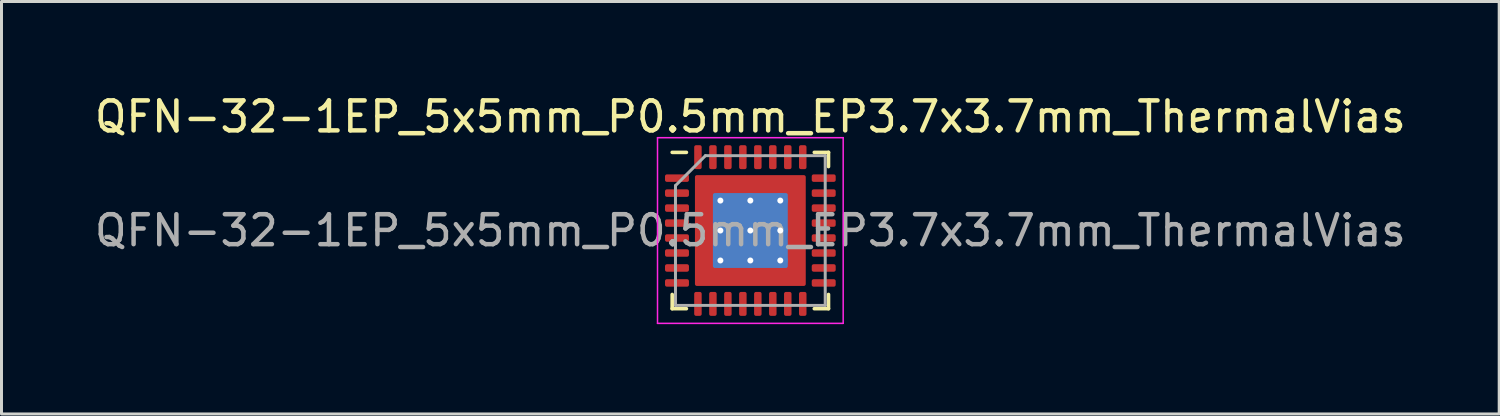
<source format=kicad_pcb>
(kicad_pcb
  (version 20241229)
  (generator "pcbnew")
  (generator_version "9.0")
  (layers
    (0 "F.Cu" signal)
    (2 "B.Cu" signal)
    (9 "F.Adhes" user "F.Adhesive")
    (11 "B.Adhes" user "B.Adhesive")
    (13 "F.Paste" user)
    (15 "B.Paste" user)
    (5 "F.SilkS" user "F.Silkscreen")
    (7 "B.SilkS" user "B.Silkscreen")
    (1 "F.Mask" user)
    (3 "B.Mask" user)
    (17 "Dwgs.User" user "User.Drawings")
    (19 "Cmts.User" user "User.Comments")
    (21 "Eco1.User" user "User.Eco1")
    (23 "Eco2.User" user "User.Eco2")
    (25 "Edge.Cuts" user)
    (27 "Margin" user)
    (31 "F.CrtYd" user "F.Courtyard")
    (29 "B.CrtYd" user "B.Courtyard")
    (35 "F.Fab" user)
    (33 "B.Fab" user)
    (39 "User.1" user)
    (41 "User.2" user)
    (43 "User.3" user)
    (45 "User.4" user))
  (footprint "QFN-32-1EP_5x5mm_P0.5mm_EP3.7x3.7mm_ThermalVias"
    (layer "F.Cu")
    (at 22.006 4.648)
    (property "Reference" "QFN-32-1EP_5x5mm_P0.5mm_EP3.7x3.7mm_ThermalVias" (at 0 -3.8 0) (layer "F.SilkS") (effects (font (size 1 1) (thickness 0.15))))
    (attr smd)
    (fp_line (start -2.61 2.61) (end -2.61 2.135) (stroke (width 0.12) (type solid)) (layer "F.SilkS"))
    (fp_line (start -2.135 -2.61) (end -2.61 -2.61) (stroke (width 0.12) (type solid)) (layer "F.SilkS"))
    (fp_line (start -2.135 2.61) (end -2.61 2.61) (stroke (width 0.12) (type solid)) (layer "F.SilkS"))
    (fp_line (start 2.135 -2.61) (end 2.61 -2.61) (stroke (width 0.12) (type solid)) (layer "F.SilkS"))
    (fp_line (start 2.135 2.61) (end 2.61 2.61) (stroke (width 0.12) (type solid)) (layer "F.SilkS"))
    (fp_line (start 2.61 -2.61) (end 2.61 -2.135) (stroke (width 0.12) (type solid)) (layer "F.SilkS"))
    (fp_line (start 2.61 2.61) (end 2.61 2.135) (stroke (width 0.12) (type solid)) (layer "F.SilkS"))
    (fp_line (start -3.1 -3.1) (end -3.1 3.1) (stroke (width 0.05) (type solid)) (layer "F.CrtYd"))
    (fp_line (start -3.1 3.1) (end 3.1 3.1) (stroke (width 0.05) (type solid)) (layer "F.CrtYd"))
    (fp_line (start 3.1 -3.1) (end -3.1 -3.1) (stroke (width 0.05) (type solid)) (layer "F.CrtYd"))
    (fp_line (start 3.1 3.1) (end 3.1 -3.1) (stroke (width 0.05) (type solid)) (layer "F.CrtYd"))
    (fp_line (start -2.5 -1.5) (end -1.5 -2.5) (stroke (width 0.1) (type solid)) (layer "F.Fab"))
    (fp_line (start -2.5 2.5) (end -2.5 -1.5) (stroke (width 0.1) (type solid)) (layer "F.Fab"))
    (fp_line (start -1.5 -2.5) (end 2.5 -2.5) (stroke (width 0.1) (type solid)) (layer "F.Fab"))
    (fp_line (start 2.5 -2.5) (end 2.5 2.5) (stroke (width 0.1) (type solid)) (layer "F.Fab"))
    (fp_line (start 2.5 2.5) (end -2.5 2.5) (stroke (width 0.1) (type solid)) (layer "F.Fab"))
    (fp_text user "${REFERENCE}" (at 0 0 0) (layer "F.Fab") (effects (font (size 1 1) (thickness 0.15))))
    (pad "" smd custom (at -1.425 -1.425) (size 0.602 0.602) (layers "F.Paste") (options (anchor circle)) (primitives (gr_poly (pts (xy -0.343 -0.343) (xy 0.343 -0.343) (xy 0.343 0.225) (xy 0.225 0.343) (xy -0.343 0.343)) (width 0) (fill yes))))
    (pad "" smd custom (at -1.425 -0.5) (size 0.612 0.612) (layers "F.Paste") (options (anchor circle)) (primitives (gr_poly (pts (xy -0.343 -0.403) (xy 0.239 -0.403) (xy 0.343 -0.3) (xy 0.343 0.3) (xy 0.239 0.403) (xy -0.343 0.403)) (width 0) (fill yes))))
    (pad "" smd custom (at -1.425 0.5) (size 0.612 0.612) (layers "F.Paste") (options (anchor circle)) (primitives (gr_poly (pts (xy -0.343 -0.403) (xy 0.239 -0.403) (xy 0.343 -0.3) (xy 0.343 0.3) (xy 0.239 0.403) (xy -0.343 0.403)) (width 0) (fill yes))))
    (pad "" smd custom (at -1.425 1.425) (size 0.602 0.602) (layers "F.Paste") (options (anchor circle)) (primitives (gr_poly (pts (xy -0.343 -0.343) (xy 0.225 -0.343) (xy 0.343 -0.225) (xy 0.343 0.343) (xy -0.343 0.343)) (width 0) (fill yes))))
    (pad "" smd custom (at -0.5 -1.425) (size 0.612 0.612) (layers "F.Paste") (options (anchor circle)) (primitives (gr_poly (pts (xy -0.403 -0.343) (xy 0.403 -0.343) (xy 0.403 0.239) (xy 0.3 0.343) (xy -0.3 0.343) (xy -0.403 0.239)) (width 0) (fill yes))))
    (pad "" smd custom (at -0.5 -0.5) (size 0.743 0.743) (layers "F.Paste") (options (anchor circle)) (primitives (gr_poly (pts (xy -0.403 -0.314) (xy -0.314 -0.403) (xy 0.314 -0.403) (xy 0.403 -0.314) (xy 0.403 0.314) (xy 0.314 0.403) (xy -0.314 0.403) (xy -0.403 0.314)) (width 0) (fill yes))))
    (pad "" smd custom (at -0.5 0.5) (size 0.743 0.743) (layers "F.Paste") (options (anchor circle)) (primitives (gr_poly (pts (xy -0.403 -0.314) (xy -0.314 -0.403) (xy 0.314 -0.403) (xy 0.403 -0.314) (xy 0.403 0.314) (xy 0.314 0.403) (xy -0.314 0.403) (xy -0.403 0.314)) (width 0) (fill yes))))
    (pad "" smd custom (at -0.5 1.425) (size 0.612 0.612) (layers "F.Paste") (options (anchor circle)) (primitives (gr_poly (pts (xy -0.403 -0.239) (xy -0.3 -0.343) (xy 0.3 -0.343) (xy 0.403 -0.239) (xy 0.403 0.343) (xy -0.403 0.343)) (width 0) (fill yes))))
    (pad "" smd custom (at 0.5 -1.425) (size 0.612 0.612) (layers "F.Paste") (options (anchor circle)) (primitives (gr_poly (pts (xy -0.403 -0.343) (xy 0.403 -0.343) (xy 0.403 0.239) (xy 0.3 0.343) (xy -0.3 0.343) (xy -0.403 0.239)) (width 0) (fill yes))))
    (pad "" smd custom (at 0.5 -0.5) (size 0.743 0.743) (layers "F.Paste") (options (anchor circle)) (primitives (gr_poly (pts (xy -0.403 -0.314) (xy -0.314 -0.403) (xy 0.314 -0.403) (xy 0.403 -0.314) (xy 0.403 0.314) (xy 0.314 0.403) (xy -0.314 0.403) (xy -0.403 0.314)) (width 0) (fill yes))))
    (pad "" smd custom (at 0.5 0.5) (size 0.743 0.743) (layers "F.Paste") (options (anchor circle)) (primitives (gr_poly (pts (xy -0.403 -0.314) (xy -0.314 -0.403) (xy 0.314 -0.403) (xy 0.403 -0.314) (xy 0.403 0.314) (xy 0.314 0.403) (xy -0.314 0.403) (xy -0.403 0.314)) (width 0) (fill yes))))
    (pad "" smd custom (at 0.5 1.425) (size 0.612 0.612) (layers "F.Paste") (options (anchor circle)) (primitives (gr_poly (pts (xy -0.403 -0.239) (xy -0.3 -0.343) (xy 0.3 -0.343) (xy 0.403 -0.239) (xy 0.403 0.343) (xy -0.403 0.343)) (width 0) (fill yes))))
    (pad "" smd custom (at 1.425 -1.425) (size 0.602 0.602) (layers "F.Paste") (options (anchor circle)) (primitives (gr_poly (pts (xy -0.343 -0.343) (xy 0.343 -0.343) (xy 0.343 0.343) (xy -0.225 0.343) (xy -0.343 0.225)) (width 0) (fill yes))))
    (pad "" smd custom (at 1.425 -0.5) (size 0.612 0.612) (layers "F.Paste") (options (anchor circle)) (primitives (gr_poly (pts (xy -0.343 -0.3) (xy -0.239 -0.403) (xy 0.343 -0.403) (xy 0.343 0.403) (xy -0.239 0.403) (xy -0.343 0.3)) (width 0) (fill yes))))
    (pad "" smd custom (at 1.425 0.5) (size 0.612 0.612) (layers "F.Paste") (options (anchor circle)) (primitives (gr_poly (pts (xy -0.343 -0.3) (xy -0.239 -0.403) (xy 0.343 -0.403) (xy 0.343 0.403) (xy -0.239 0.403) (xy -0.343 0.3)) (width 0) (fill yes))))
    (pad "" smd custom (at 1.425 1.425) (size 0.602 0.602) (layers "F.Paste") (options (anchor circle)) (primitives (gr_poly (pts (xy -0.343 -0.225) (xy -0.225 -0.343) (xy 0.343 -0.343) (xy 0.343 0.343) (xy -0.343 0.343)) (width 0) (fill yes))))
    (pad "1" smd roundrect (at -2.45 -1.75) (size 0.8 0.25) (layers "F.Cu" "F.Mask" "F.Paste") (roundrect_rratio 0.25))
    (pad "2" smd roundrect (at -2.45 -1.25) (size 0.8 0.25) (layers "F.Cu" "F.Mask" "F.Paste") (roundrect_rratio 0.25))
    (pad "3" smd roundrect (at -2.45 -0.75) (size 0.8 0.25) (layers "F.Cu" "F.Mask" "F.Paste") (roundrect_rratio 0.25))
    (pad "4" smd roundrect (at -2.45 -0.25) (size 0.8 0.25) (layers "F.Cu" "F.Mask" "F.Paste") (roundrect_rratio 0.25))
    (pad "5" smd roundrect (at -2.45 0.25) (size 0.8 0.25) (layers "F.Cu" "F.Mask" "F.Paste") (roundrect_rratio 0.25))
    (pad "6" smd roundrect (at -2.45 0.75) (size 0.8 0.25) (layers "F.Cu" "F.Mask" "F.Paste") (roundrect_rratio 0.25))
    (pad "7" smd roundrect (at -2.45 1.25) (size 0.8 0.25) (layers "F.Cu" "F.Mask" "F.Paste") (roundrect_rratio 0.25))
    (pad "8" smd roundrect (at -2.45 1.75) (size 0.8 0.25) (layers "F.Cu" "F.Mask" "F.Paste") (roundrect_rratio 0.25))
    (pad "9" smd roundrect (at -1.75 2.45) (size 0.25 0.8) (layers "F.Cu" "F.Mask" "F.Paste") (roundrect_rratio 0.25))
    (pad "10" smd roundrect (at -1.25 2.45) (size 0.25 0.8) (layers "F.Cu" "F.Mask" "F.Paste") (roundrect_rratio 0.25))
    (pad "11" smd roundrect (at -0.75 2.45) (size 0.25 0.8) (layers "F.Cu" "F.Mask" "F.Paste") (roundrect_rratio 0.25))
    (pad "12" smd roundrect (at -0.25 2.45) (size 0.25 0.8) (layers "F.Cu" "F.Mask" "F.Paste") (roundrect_rratio 0.25))
    (pad "13" smd roundrect (at 0.25 2.45) (size 0.25 0.8) (layers "F.Cu" "F.Mask" "F.Paste") (roundrect_rratio 0.25))
    (pad "14" smd roundrect (at 0.75 2.45) (size 0.25 0.8) (layers "F.Cu" "F.Mask" "F.Paste") (roundrect_rratio 0.25))
    (pad "15" smd roundrect (at 1.25 2.45) (size 0.25 0.8) (layers "F.Cu" "F.Mask" "F.Paste") (roundrect_rratio 0.25))
    (pad "16" smd roundrect (at 1.75 2.45) (size 0.25 0.8) (layers "F.Cu" "F.Mask" "F.Paste") (roundrect_rratio 0.25))
    (pad "17" smd roundrect (at 2.45 1.75) (size 0.8 0.25) (layers "F.Cu" "F.Mask" "F.Paste") (roundrect_rratio 0.25))
    (pad "18" smd roundrect (at 2.45 1.25) (size 0.8 0.25) (layers "F.Cu" "F.Mask" "F.Paste") (roundrect_rratio 0.25))
    (pad "19" smd roundrect (at 2.45 0.75) (size 0.8 0.25) (layers "F.Cu" "F.Mask" "F.Paste") (roundrect_rratio 0.25))
    (pad "20" smd roundrect (at 2.45 0.25) (size 0.8 0.25) (layers "F.Cu" "F.Mask" "F.Paste") (roundrect_rratio 0.25))
    (pad "21" smd roundrect (at 2.45 -0.25) (size 0.8 0.25) (layers "F.Cu" "F.Mask" "F.Paste") (roundrect_rratio 0.25))
    (pad "22" smd roundrect (at 2.45 -0.75) (size 0.8 0.25) (layers "F.Cu" "F.Mask" "F.Paste") (roundrect_rratio 0.25))
    (pad "23" smd roundrect (at 2.45 -1.25) (size 0.8 0.25) (layers "F.Cu" "F.Mask" "F.Paste") (roundrect_rratio 0.25))
    (pad "24" smd roundrect (at 2.45 -1.75) (size 0.8 0.25) (layers "F.Cu" "F.Mask" "F.Paste") (roundrect_rratio 0.25))
    (pad "25" smd roundrect (at 1.75 -2.45) (size 0.25 0.8) (layers "F.Cu" "F.Mask" "F.Paste") (roundrect_rratio 0.25))
    (pad "26" smd roundrect (at 1.25 -2.45) (size 0.25 0.8) (layers "F.Cu" "F.Mask" "F.Paste") (roundrect_rratio 0.25))
    (pad "27" smd roundrect (at 0.75 -2.45) (size 0.25 0.8) (layers "F.Cu" "F.Mask" "F.Paste") (roundrect_rratio 0.25))
    (pad "28" smd roundrect (at 0.25 -2.45) (size 0.25 0.8) (layers "F.Cu" "F.Mask" "F.Paste") (roundrect_rratio 0.25))
    (pad "29" smd roundrect (at -0.25 -2.45) (size 0.25 0.8) (layers "F.Cu" "F.Mask" "F.Paste") (roundrect_rratio 0.25))
    (pad "30" smd roundrect (at -0.75 -2.45) (size 0.25 0.8) (layers "F.Cu" "F.Mask" "F.Paste") (roundrect_rratio 0.25))
    (pad "31" smd roundrect (at -1.25 -2.45) (size 0.25 0.8) (layers "F.Cu" "F.Mask" "F.Paste") (roundrect_rratio 0.25))
    (pad "32" smd roundrect (at -1.75 -2.45) (size 0.25 0.8) (layers "F.Cu" "F.Mask" "F.Paste") (roundrect_rratio 0.25))
    (pad "33" thru_hole circle (at -1 -1) (size 0.5 0.5) (drill 0.2) (layers "*.Cu"))
    (pad "33" thru_hole circle (at -1 0) (size 0.5 0.5) (drill 0.2) (layers "*.Cu"))
    (pad "33" thru_hole circle (at -1 1) (size 0.5 0.5) (drill 0.2) (layers "*.Cu"))
    (pad "33" thru_hole circle (at 0 -1) (size 0.5 0.5) (drill 0.2) (layers "*.Cu"))
    (pad "33" thru_hole circle (at 0 0) (size 0.5 0.5) (drill 0.2) (layers "*.Cu"))
    (pad "33" smd roundrect (at 0 0) (size 2.5 2.5) (layers "B.Cu") (roundrect_rratio 0.025))
    (pad "33" smd roundrect (at 0 0) (size 3.7 3.7) (layers "F.Cu" "F.Mask") (roundrect_rratio 0.017))
    (pad "33" thru_hole circle (at 0 1) (size 0.5 0.5) (drill 0.2) (layers "*.Cu"))
    (pad "33" thru_hole circle (at 1 -1) (size 0.5 0.5) (drill 0.2) (layers "*.Cu"))
    (pad "33" thru_hole circle (at 1 0) (size 0.5 0.5) (drill 0.2) (layers "*.Cu"))
    (pad "33" thru_hole circle (at 1 1) (size 0.5 0.5) (drill 0.2) (layers "*.Cu")))
  (gr_rect
    (start -3 -3)
    (end 47.012 10.773)
    (stroke (width 0.1) (type default))
    (fill no)
    (layer "Edge.Cuts")))
</source>
